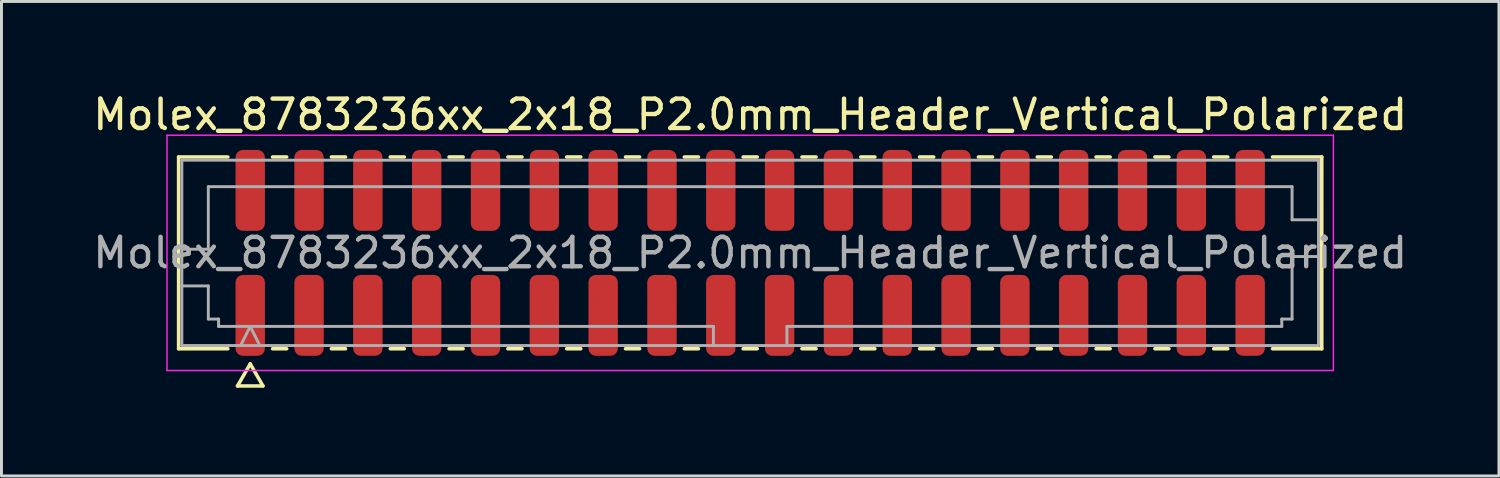
<source format=kicad_pcb>
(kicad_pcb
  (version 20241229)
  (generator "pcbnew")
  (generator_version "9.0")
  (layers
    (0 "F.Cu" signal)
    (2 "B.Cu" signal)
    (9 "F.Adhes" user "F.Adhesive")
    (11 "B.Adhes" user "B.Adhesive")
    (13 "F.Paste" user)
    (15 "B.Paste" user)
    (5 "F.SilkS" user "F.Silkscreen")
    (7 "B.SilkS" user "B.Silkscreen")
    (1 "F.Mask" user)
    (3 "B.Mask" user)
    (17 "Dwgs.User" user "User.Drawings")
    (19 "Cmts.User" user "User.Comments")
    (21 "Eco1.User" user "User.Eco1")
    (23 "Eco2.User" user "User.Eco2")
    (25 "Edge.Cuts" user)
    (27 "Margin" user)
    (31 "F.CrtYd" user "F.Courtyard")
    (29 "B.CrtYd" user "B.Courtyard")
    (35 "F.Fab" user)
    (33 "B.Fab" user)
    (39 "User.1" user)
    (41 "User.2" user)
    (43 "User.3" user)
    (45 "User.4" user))
  (footprint "Molex_8783236xx_2x18_P2.0mm_Header_Vertical_Polarized"
    (layer "F.Cu")
    (at 22.458 5.548)
    (property "Reference" "Molex_8783236xx_2x18_P2.0mm_Header_Vertical_Polarized" (at 0 -4.7 0) (layer "F.SilkS") (effects (font (size 1 1) (thickness 0.15))))
    (attr smd)
    (fp_line (start -19.435 -3.26) (end -17.76 -3.26) (stroke (width 0.12) (type solid)) (layer "F.SilkS"))
    (fp_line (start -19.435 3.26) (end -19.435 -3.26) (stroke (width 0.12) (type solid)) (layer "F.SilkS"))
    (fp_line (start -17.76 3.26) (end -19.435 3.26) (stroke (width 0.12) (type solid)) (layer "F.SilkS"))
    (fp_line (start -17.433 4.525) (end -17 3.775) (stroke (width 0.12) (type solid)) (layer "F.SilkS"))
    (fp_line (start -17 3.775) (end -16.567 4.525) (stroke (width 0.12) (type solid)) (layer "F.SilkS"))
    (fp_line (start -16.567 4.525) (end -17.433 4.525) (stroke (width 0.12) (type solid)) (layer "F.SilkS"))
    (fp_line (start -16.24 -3.26) (end -15.76 -3.26) (stroke (width 0.12) (type solid)) (layer "F.SilkS"))
    (fp_line (start -15.76 3.26) (end -16.24 3.26) (stroke (width 0.12) (type solid)) (layer "F.SilkS"))
    (fp_line (start -14.24 -3.26) (end -13.76 -3.26) (stroke (width 0.12) (type solid)) (layer "F.SilkS"))
    (fp_line (start -13.76 3.26) (end -14.24 3.26) (stroke (width 0.12) (type solid)) (layer "F.SilkS"))
    (fp_line (start -12.24 -3.26) (end -11.76 -3.26) (stroke (width 0.12) (type solid)) (layer "F.SilkS"))
    (fp_line (start -11.76 3.26) (end -12.24 3.26) (stroke (width 0.12) (type solid)) (layer "F.SilkS"))
    (fp_line (start -10.24 -3.26) (end -9.76 -3.26) (stroke (width 0.12) (type solid)) (layer "F.SilkS"))
    (fp_line (start -9.76 3.26) (end -10.24 3.26) (stroke (width 0.12) (type solid)) (layer "F.SilkS"))
    (fp_line (start -8.24 -3.26) (end -7.76 -3.26) (stroke (width 0.12) (type solid)) (layer "F.SilkS"))
    (fp_line (start -7.76 3.26) (end -8.24 3.26) (stroke (width 0.12) (type solid)) (layer "F.SilkS"))
    (fp_line (start -6.24 -3.26) (end -5.76 -3.26) (stroke (width 0.12) (type solid)) (layer "F.SilkS"))
    (fp_line (start -5.76 3.26) (end -6.24 3.26) (stroke (width 0.12) (type solid)) (layer "F.SilkS"))
    (fp_line (start -4.24 -3.26) (end -3.76 -3.26) (stroke (width 0.12) (type solid)) (layer "F.SilkS"))
    (fp_line (start -3.76 3.26) (end -4.24 3.26) (stroke (width 0.12) (type solid)) (layer "F.SilkS"))
    (fp_line (start -2.24 -3.26) (end -1.76 -3.26) (stroke (width 0.12) (type solid)) (layer "F.SilkS"))
    (fp_line (start -1.76 3.26) (end -2.24 3.26) (stroke (width 0.12) (type solid)) (layer "F.SilkS"))
    (fp_line (start -0.24 -3.26) (end 0.24 -3.26) (stroke (width 0.12) (type solid)) (layer "F.SilkS"))
    (fp_line (start 0.24 3.26) (end -0.24 3.26) (stroke (width 0.12) (type solid)) (layer "F.SilkS"))
    (fp_line (start 1.76 -3.26) (end 2.24 -3.26) (stroke (width 0.12) (type solid)) (layer "F.SilkS"))
    (fp_line (start 2.24 3.26) (end 1.76 3.26) (stroke (width 0.12) (type solid)) (layer "F.SilkS"))
    (fp_line (start 3.76 -3.26) (end 4.24 -3.26) (stroke (width 0.12) (type solid)) (layer "F.SilkS"))
    (fp_line (start 4.24 3.26) (end 3.76 3.26) (stroke (width 0.12) (type solid)) (layer "F.SilkS"))
    (fp_line (start 5.76 -3.26) (end 6.24 -3.26) (stroke (width 0.12) (type solid)) (layer "F.SilkS"))
    (fp_line (start 6.24 3.26) (end 5.76 3.26) (stroke (width 0.12) (type solid)) (layer "F.SilkS"))
    (fp_line (start 7.76 -3.26) (end 8.24 -3.26) (stroke (width 0.12) (type solid)) (layer "F.SilkS"))
    (fp_line (start 8.24 3.26) (end 7.76 3.26) (stroke (width 0.12) (type solid)) (layer "F.SilkS"))
    (fp_line (start 9.76 -3.26) (end 10.24 -3.26) (stroke (width 0.12) (type solid)) (layer "F.SilkS"))
    (fp_line (start 10.24 3.26) (end 9.76 3.26) (stroke (width 0.12) (type solid)) (layer "F.SilkS"))
    (fp_line (start 11.76 -3.26) (end 12.24 -3.26) (stroke (width 0.12) (type solid)) (layer "F.SilkS"))
    (fp_line (start 12.24 3.26) (end 11.76 3.26) (stroke (width 0.12) (type solid)) (layer "F.SilkS"))
    (fp_line (start 13.76 -3.26) (end 14.24 -3.26) (stroke (width 0.12) (type solid)) (layer "F.SilkS"))
    (fp_line (start 14.24 3.26) (end 13.76 3.26) (stroke (width 0.12) (type solid)) (layer "F.SilkS"))
    (fp_line (start 15.76 -3.26) (end 16.24 -3.26) (stroke (width 0.12) (type solid)) (layer "F.SilkS"))
    (fp_line (start 16.24 3.26) (end 15.76 3.26) (stroke (width 0.12) (type solid)) (layer "F.SilkS"))
    (fp_line (start 17.76 -3.26) (end 19.435 -3.26) (stroke (width 0.12) (type solid)) (layer "F.SilkS"))
    (fp_line (start 19.435 -3.26) (end 19.435 3.26) (stroke (width 0.12) (type solid)) (layer "F.SilkS"))
    (fp_line (start 19.435 3.26) (end 17.76 3.26) (stroke (width 0.12) (type solid)) (layer "F.SilkS"))
    (fp_line (start -19.83 -4) (end -19.83 4) (stroke (width 0.05) (type solid)) (layer "F.CrtYd"))
    (fp_line (start -19.83 4) (end 19.83 4) (stroke (width 0.05) (type solid)) (layer "F.CrtYd"))
    (fp_line (start 19.83 -4) (end -19.83 -4) (stroke (width 0.05) (type solid)) (layer "F.CrtYd"))
    (fp_line (start 19.83 4) (end 19.83 -4) (stroke (width 0.05) (type solid)) (layer "F.CrtYd"))
    (fp_line (start -19.325 -3.15) (end 19.325 -3.15) (stroke (width 0.1) (type solid)) (layer "F.Fab"))
    (fp_line (start -19.325 -0.125) (end -18.425 -0.125) (stroke (width 0.1) (type solid)) (layer "F.Fab"))
    (fp_line (start -19.325 1.125) (end -18.425 1.125) (stroke (width 0.1) (type solid)) (layer "F.Fab"))
    (fp_line (start -19.325 3.15) (end -19.325 -3.15) (stroke (width 0.1) (type solid)) (layer "F.Fab"))
    (fp_line (start -18.425 -2.25) (end 18.425 -2.25) (stroke (width 0.1) (type solid)) (layer "F.Fab"))
    (fp_line (start -18.425 -0.125) (end -18.425 -2.25) (stroke (width 0.1) (type solid)) (layer "F.Fab"))
    (fp_line (start -18.425 1.125) (end -18.425 2.25) (stroke (width 0.1) (type solid)) (layer "F.Fab"))
    (fp_line (start -18.425 2.25) (end -18.075 2.25) (stroke (width 0.1) (type solid)) (layer "F.Fab"))
    (fp_line (start -18.075 2.25) (end -18.075 2.5) (stroke (width 0.1) (type solid)) (layer "F.Fab"))
    (fp_line (start -18.075 2.5) (end -1.25 2.5) (stroke (width 0.1) (type solid)) (layer "F.Fab"))
    (fp_line (start -17.325 3.15) (end -17 2.5) (stroke (width 0.1) (type solid)) (layer "F.Fab"))
    (fp_line (start -17 2.5) (end -16.675 3.15) (stroke (width 0.1) (type solid)) (layer "F.Fab"))
    (fp_line (start -1.25 2.5) (end -1.25 3.15) (stroke (width 0.1) (type solid)) (layer "F.Fab"))
    (fp_line (start 1.25 2.5) (end 1.25 3.15) (stroke (width 0.1) (type solid)) (layer "F.Fab"))
    (fp_line (start 1.25 2.5) (end 18.075 2.5) (stroke (width 0.1) (type solid)) (layer "F.Fab"))
    (fp_line (start 18.075 2.25) (end 18.425 2.25) (stroke (width 0.1) (type solid)) (layer "F.Fab"))
    (fp_line (start 18.075 2.5) (end 18.075 2.25) (stroke (width 0.1) (type solid)) (layer "F.Fab"))
    (fp_line (start 18.425 -2.25) (end 18.425 -1.125) (stroke (width 0.1) (type solid)) (layer "F.Fab"))
    (fp_line (start 18.425 -1.125) (end 19.325 -1.125) (stroke (width 0.1) (type solid)) (layer "F.Fab"))
    (fp_line (start 18.425 0.125) (end 19.325 0.125) (stroke (width 0.1) (type solid)) (layer "F.Fab"))
    (fp_line (start 18.425 2.25) (end 18.425 0.125) (stroke (width 0.1) (type solid)) (layer "F.Fab"))
    (fp_line (start 19.325 -3.15) (end 19.325 3.15) (stroke (width 0.1) (type solid)) (layer "F.Fab"))
    (fp_line (start 19.325 3.15) (end -19.325 3.15) (stroke (width 0.1) (type solid)) (layer "F.Fab"))
    (fp_text user "${REFERENCE}" (at 0 0 0) (layer "F.Fab") (effects (font (size 1 1) (thickness 0.15))))
    (pad "1" smd roundrect (at -17 2.125) (size 1 2.75) (layers "F.Cu" "F.Mask" "F.Paste") (roundrect_rratio 0.25))
    (pad "2" smd roundrect (at -17 -2.125) (size 1 2.75) (layers "F.Cu" "F.Mask" "F.Paste") (roundrect_rratio 0.25))
    (pad "3" smd roundrect (at -15 2.125) (size 1 2.75) (layers "F.Cu" "F.Mask" "F.Paste") (roundrect_rratio 0.25))
    (pad "4" smd roundrect (at -15 -2.125) (size 1 2.75) (layers "F.Cu" "F.Mask" "F.Paste") (roundrect_rratio 0.25))
    (pad "5" smd roundrect (at -13 2.125) (size 1 2.75) (layers "F.Cu" "F.Mask" "F.Paste") (roundrect_rratio 0.25))
    (pad "6" smd roundrect (at -13 -2.125) (size 1 2.75) (layers "F.Cu" "F.Mask" "F.Paste") (roundrect_rratio 0.25))
    (pad "7" smd roundrect (at -11 2.125) (size 1 2.75) (layers "F.Cu" "F.Mask" "F.Paste") (roundrect_rratio 0.25))
    (pad "8" smd roundrect (at -11 -2.125) (size 1 2.75) (layers "F.Cu" "F.Mask" "F.Paste") (roundrect_rratio 0.25))
    (pad "9" smd roundrect (at -9 2.125) (size 1 2.75) (layers "F.Cu" "F.Mask" "F.Paste") (roundrect_rratio 0.25))
    (pad "10" smd roundrect (at -9 -2.125) (size 1 2.75) (layers "F.Cu" "F.Mask" "F.Paste") (roundrect_rratio 0.25))
    (pad "11" smd roundrect (at -7 2.125) (size 1 2.75) (layers "F.Cu" "F.Mask" "F.Paste") (roundrect_rratio 0.25))
    (pad "12" smd roundrect (at -7 -2.125) (size 1 2.75) (layers "F.Cu" "F.Mask" "F.Paste") (roundrect_rratio 0.25))
    (pad "13" smd roundrect (at -5 2.125) (size 1 2.75) (layers "F.Cu" "F.Mask" "F.Paste") (roundrect_rratio 0.25))
    (pad "14" smd roundrect (at -5 -2.125) (size 1 2.75) (layers "F.Cu" "F.Mask" "F.Paste") (roundrect_rratio 0.25))
    (pad "15" smd roundrect (at -3 2.125) (size 1 2.75) (layers "F.Cu" "F.Mask" "F.Paste") (roundrect_rratio 0.25))
    (pad "16" smd roundrect (at -3 -2.125) (size 1 2.75) (layers "F.Cu" "F.Mask" "F.Paste") (roundrect_rratio 0.25))
    (pad "17" smd roundrect (at -1 2.125) (size 1 2.75) (layers "F.Cu" "F.Mask" "F.Paste") (roundrect_rratio 0.25))
    (pad "18" smd roundrect (at -1 -2.125) (size 1 2.75) (layers "F.Cu" "F.Mask" "F.Paste") (roundrect_rratio 0.25))
    (pad "19" smd roundrect (at 1 2.125) (size 1 2.75) (layers "F.Cu" "F.Mask" "F.Paste") (roundrect_rratio 0.25))
    (pad "20" smd roundrect (at 1 -2.125) (size 1 2.75) (layers "F.Cu" "F.Mask" "F.Paste") (roundrect_rratio 0.25))
    (pad "21" smd roundrect (at 3 2.125) (size 1 2.75) (layers "F.Cu" "F.Mask" "F.Paste") (roundrect_rratio 0.25))
    (pad "22" smd roundrect (at 3 -2.125) (size 1 2.75) (layers "F.Cu" "F.Mask" "F.Paste") (roundrect_rratio 0.25))
    (pad "23" smd roundrect (at 5 2.125) (size 1 2.75) (layers "F.Cu" "F.Mask" "F.Paste") (roundrect_rratio 0.25))
    (pad "24" smd roundrect (at 5 -2.125) (size 1 2.75) (layers "F.Cu" "F.Mask" "F.Paste") (roundrect_rratio 0.25))
    (pad "25" smd roundrect (at 7 2.125) (size 1 2.75) (layers "F.Cu" "F.Mask" "F.Paste") (roundrect_rratio 0.25))
    (pad "26" smd roundrect (at 7 -2.125) (size 1 2.75) (layers "F.Cu" "F.Mask" "F.Paste") (roundrect_rratio 0.25))
    (pad "27" smd roundrect (at 9 2.125) (size 1 2.75) (layers "F.Cu" "F.Mask" "F.Paste") (roundrect_rratio 0.25))
    (pad "28" smd roundrect (at 9 -2.125) (size 1 2.75) (layers "F.Cu" "F.Mask" "F.Paste") (roundrect_rratio 0.25))
    (pad "29" smd roundrect (at 11 2.125) (size 1 2.75) (layers "F.Cu" "F.Mask" "F.Paste") (roundrect_rratio 0.25))
    (pad "30" smd roundrect (at 11 -2.125) (size 1 2.75) (layers "F.Cu" "F.Mask" "F.Paste") (roundrect_rratio 0.25))
    (pad "31" smd roundrect (at 13 2.125) (size 1 2.75) (layers "F.Cu" "F.Mask" "F.Paste") (roundrect_rratio 0.25))
    (pad "32" smd roundrect (at 13 -2.125) (size 1 2.75) (layers "F.Cu" "F.Mask" "F.Paste") (roundrect_rratio 0.25))
    (pad "33" smd roundrect (at 15 2.125) (size 1 2.75) (layers "F.Cu" "F.Mask" "F.Paste") (roundrect_rratio 0.25))
    (pad "34" smd roundrect (at 15 -2.125) (size 1 2.75) (layers "F.Cu" "F.Mask" "F.Paste") (roundrect_rratio 0.25))
    (pad "35" smd roundrect (at 17 2.125) (size 1 2.75) (layers "F.Cu" "F.Mask" "F.Paste") (roundrect_rratio 0.25))
    (pad "36" smd roundrect (at 17 -2.125) (size 1 2.75) (layers "F.Cu" "F.Mask" "F.Paste") (roundrect_rratio 0.25)))
  (gr_rect
    (start -3 -3)
    (end 47.917 13.133)
    (stroke (width 0.1) (type default))
    (fill no)
    (layer "Edge.Cuts")))
</source>
